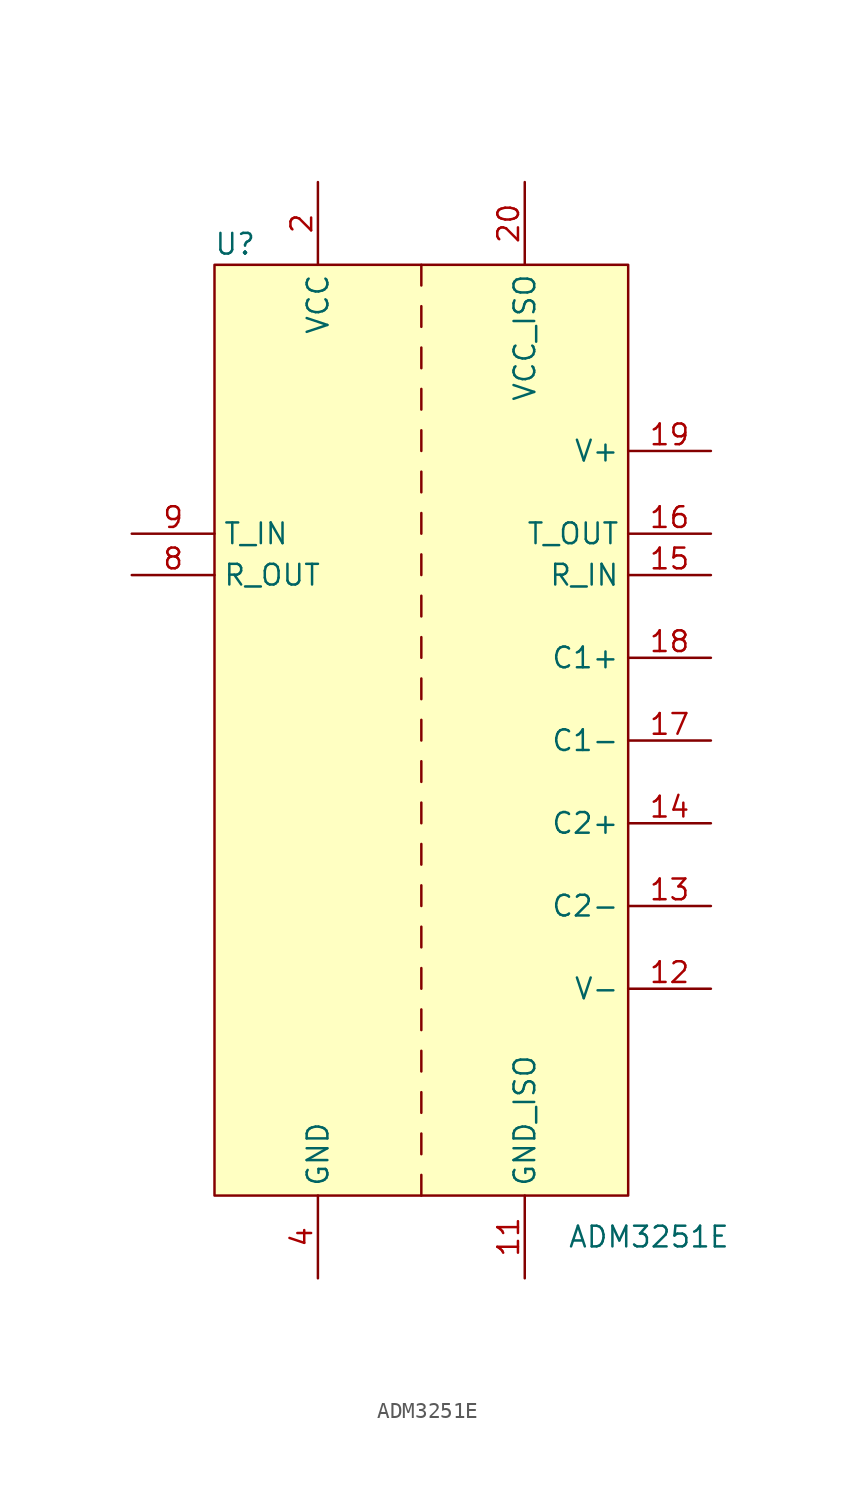
<source format=kicad_sym>
(kicad_symbol_lib
  (version 20211014)
  (generator kicad_symbol_editor)
  (symbol "ADM3251E"
    (property "Reference" "U"
      (at -11.43 30.48 0)
      (effects (font (size 1.27 1.27))))
    (property "Value" "ADM3251E"
      (at 13.97 -30.48 0)
      (effects (font (size 1.27 1.27))))
    (symbol "ADM3251E_0_1"
      (rectangle (start -12.7 29.21) (end 12.7 -27.94) (stroke (width 0.152) (type default) (color 0 0 0 0)) (fill (type background)))
      (polyline (pts (xy 0 -26.67) (xy 0 -27.94)) (stroke (width 0.152) (type default) (color 0 0 0 0)) (fill (type none)))
      (polyline (pts (xy 0 -24.13) (xy 0 -25.4)) (stroke (width 0.152) (type default) (color 0 0 0 0)) (fill (type none)))
      (polyline (pts (xy 0 -21.59) (xy 0 -22.86)) (stroke (width 0.152) (type default) (color 0 0 0 0)) (fill (type none)))
      (polyline (pts (xy 0 -19.05) (xy 0 -20.32)) (stroke (width 0.152) (type default) (color 0 0 0 0)) (fill (type none)))
      (polyline (pts (xy 0 -16.51) (xy 0 -17.78)) (stroke (width 0.152) (type default) (color 0 0 0 0)) (fill (type none)))
      (polyline (pts (xy 0 -13.97) (xy 0 -15.24)) (stroke (width 0.152) (type default) (color 0 0 0 0)) (fill (type none)))
      (polyline (pts (xy 0 -11.43) (xy 0 -12.7)) (stroke (width 0.152) (type default) (color 0 0 0 0)) (fill (type none)))
      (polyline (pts (xy 0 -8.89) (xy 0 -10.16)) (stroke (width 0.152) (type default) (color 0 0 0 0)) (fill (type none)))
      (polyline (pts (xy 0 -6.35) (xy 0 -7.62)) (stroke (width 0.152) (type default) (color 0 0 0 0)) (fill (type none)))
      (polyline (pts (xy 0 -3.81) (xy 0 -5.08)) (stroke (width 0.152) (type default) (color 0 0 0 0)) (fill (type none)))
      (polyline (pts (xy 0 -1.27) (xy 0 -2.54)) (stroke (width 0.152) (type default) (color 0 0 0 0)) (fill (type none)))
      (polyline (pts (xy 0 1.27) (xy 0 0)) (stroke (width 0.152) (type default) (color 0 0 0 0)) (fill (type none)))
      (polyline (pts (xy 0 3.81) (xy 0 2.54)) (stroke (width 0.152) (type default) (color 0 0 0 0)) (fill (type none)))
      (polyline (pts (xy 0 6.35) (xy 0 5.08)) (stroke (width 0.152) (type default) (color 0 0 0 0)) (fill (type none)))
      (polyline (pts (xy 0 8.89) (xy 0 7.62)) (stroke (width 0.152) (type default) (color 0 0 0 0)) (fill (type none)))
      (polyline (pts (xy 0 11.43) (xy 0 10.16)) (stroke (width 0.152) (type default) (color 0 0 0 0)) (fill (type none)))
      (polyline (pts (xy 0 13.97) (xy 0 12.7)) (stroke (width 0.152) (type default) (color 0 0 0 0)) (fill (type none)))
      (polyline (pts (xy 0 16.51) (xy 0 15.24)) (stroke (width 0.152) (type default) (color 0 0 0 0)) (fill (type none)))
      (polyline (pts (xy 0 19.05) (xy 0 17.78)) (stroke (width 0.152) (type default) (color 0 0 0 0)) (fill (type none)))
      (polyline (pts (xy 0 21.59) (xy 0 20.32)) (stroke (width 0.152) (type default) (color 0 0 0 0)) (fill (type none)))
      (polyline (pts (xy 0 24.13) (xy 0 22.86)) (stroke (width 0.152) (type default) (color 0 0 0 0)) (fill (type none)))
      (polyline (pts (xy 0 26.67) (xy 0 25.4)) (stroke (width 0.152) (type default) (color 0 0 0 0)) (fill (type none)))
      (polyline (pts (xy 0 29.21) (xy 0 27.94)) (stroke (width 0.152) (type default) (color 0 0 0 0)) (fill (type none))))
    (symbol "ADM3251E_1_1"
      (pin no_connect line (at -17.78 -15.24 0) (length 5.08) hide (name "NC" (effects (font (size 1.27 1.27)))) (number "1" (effects (font (size 1.27 1.27)))))
      (pin power_in line (at -6.35 -33.02 90) (length 5.08) hide (name "GND" (effects (font (size 1.27 1.27)))) (number "10" (effects (font (size 1.27 1.27)))))
      (pin power_in line (at 6.35 -33.02 90) (length 5.08) (name "GND_ISO" (effects (font (size 1.27 1.27)))) (number "11" (effects (font (size 1.27 1.27)))))
      (pin passive line (at 17.78 -15.24 180) (length 5.08) (name "V-" (effects (font (size 1.27 1.27)))) (number "12" (effects (font (size 1.27 1.27)))))
      (pin passive line (at 17.78 -10.16 180) (length 5.08) (name "C2-" (effects (font (size 1.27 1.27)))) (number "13" (effects (font (size 1.27 1.27)))))
      (pin passive line (at 17.78 -5.08 180) (length 5.08) (name "C2+" (effects (font (size 1.27 1.27)))) (number "14" (effects (font (size 1.27 1.27)))))
      (pin input line (at 17.78 10.16 180) (length 5.08) (name "R_IN" (effects (font (size 1.27 1.27)))) (number "15" (effects (font (size 1.27 1.27)))))
      (pin output line (at 17.78 12.7 180) (length 5.08) (name "T_OUT" (effects (font (size 1.27 1.27)))) (number "16" (effects (font (size 1.27 1.27)))))
      (pin passive line (at 17.78 0 180) (length 5.08) (name "C1-" (effects (font (size 1.27 1.27)))) (number "17" (effects (font (size 1.27 1.27)))))
      (pin passive line (at 17.78 5.08 180) (length 5.08) (name "C1+" (effects (font (size 1.27 1.27)))) (number "18" (effects (font (size 1.27 1.27)))))
      (pin passive line (at 17.78 17.78 180) (length 5.08) (name "V+" (effects (font (size 1.27 1.27)))) (number "19" (effects (font (size 1.27 1.27)))))
      (pin power_in line (at -6.35 34.29 270) (length 5.08) (name "VCC" (effects (font (size 1.27 1.27)))) (number "2" (effects (font (size 1.27 1.27)))))
      (pin power_in line (at 6.35 34.29 270) (length 5.08) (name "VCC_ISO" (effects (font (size 1.27 1.27)))) (number "20" (effects (font (size 1.27 1.27)))))
      (pin power_in line (at -6.35 34.29 270) (length 5.08) hide (name "VCC" (effects (font (size 1.27 1.27)))) (number "3" (effects (font (size 1.27 1.27)))))
      (pin power_in line (at -6.35 -33.02 90) (length 5.08) (name "GND" (effects (font (size 1.27 1.27)))) (number "4" (effects (font (size 1.27 1.27)))))
      (pin power_in line (at -6.35 -33.02 90) (length 5.08) hide (name "GND" (effects (font (size 1.27 1.27)))) (number "5" (effects (font (size 1.27 1.27)))))
      (pin power_in line (at -6.35 -33.02 90) (length 5.08) hide (name "GND" (effects (font (size 1.27 1.27)))) (number "6" (effects (font (size 1.27 1.27)))))
      (pin power_in line (at -6.35 -33.02 90) (length 5.08) hide (name "GND" (effects (font (size 1.27 1.27)))) (number "7" (effects (font (size 1.27 1.27)))))
      (pin output line (at -17.78 10.16 0) (length 5.08) (name "R_OUT" (effects (font (size 1.27 1.27)))) (number "8" (effects (font (size 1.27 1.27)))))
      (pin input line (at -17.78 12.7 0) (length 5.08) (name "T_IN" (effects (font (size 1.27 1.27)))) (number "9" (effects (font (size 1.27 1.27))))))))
</source>
